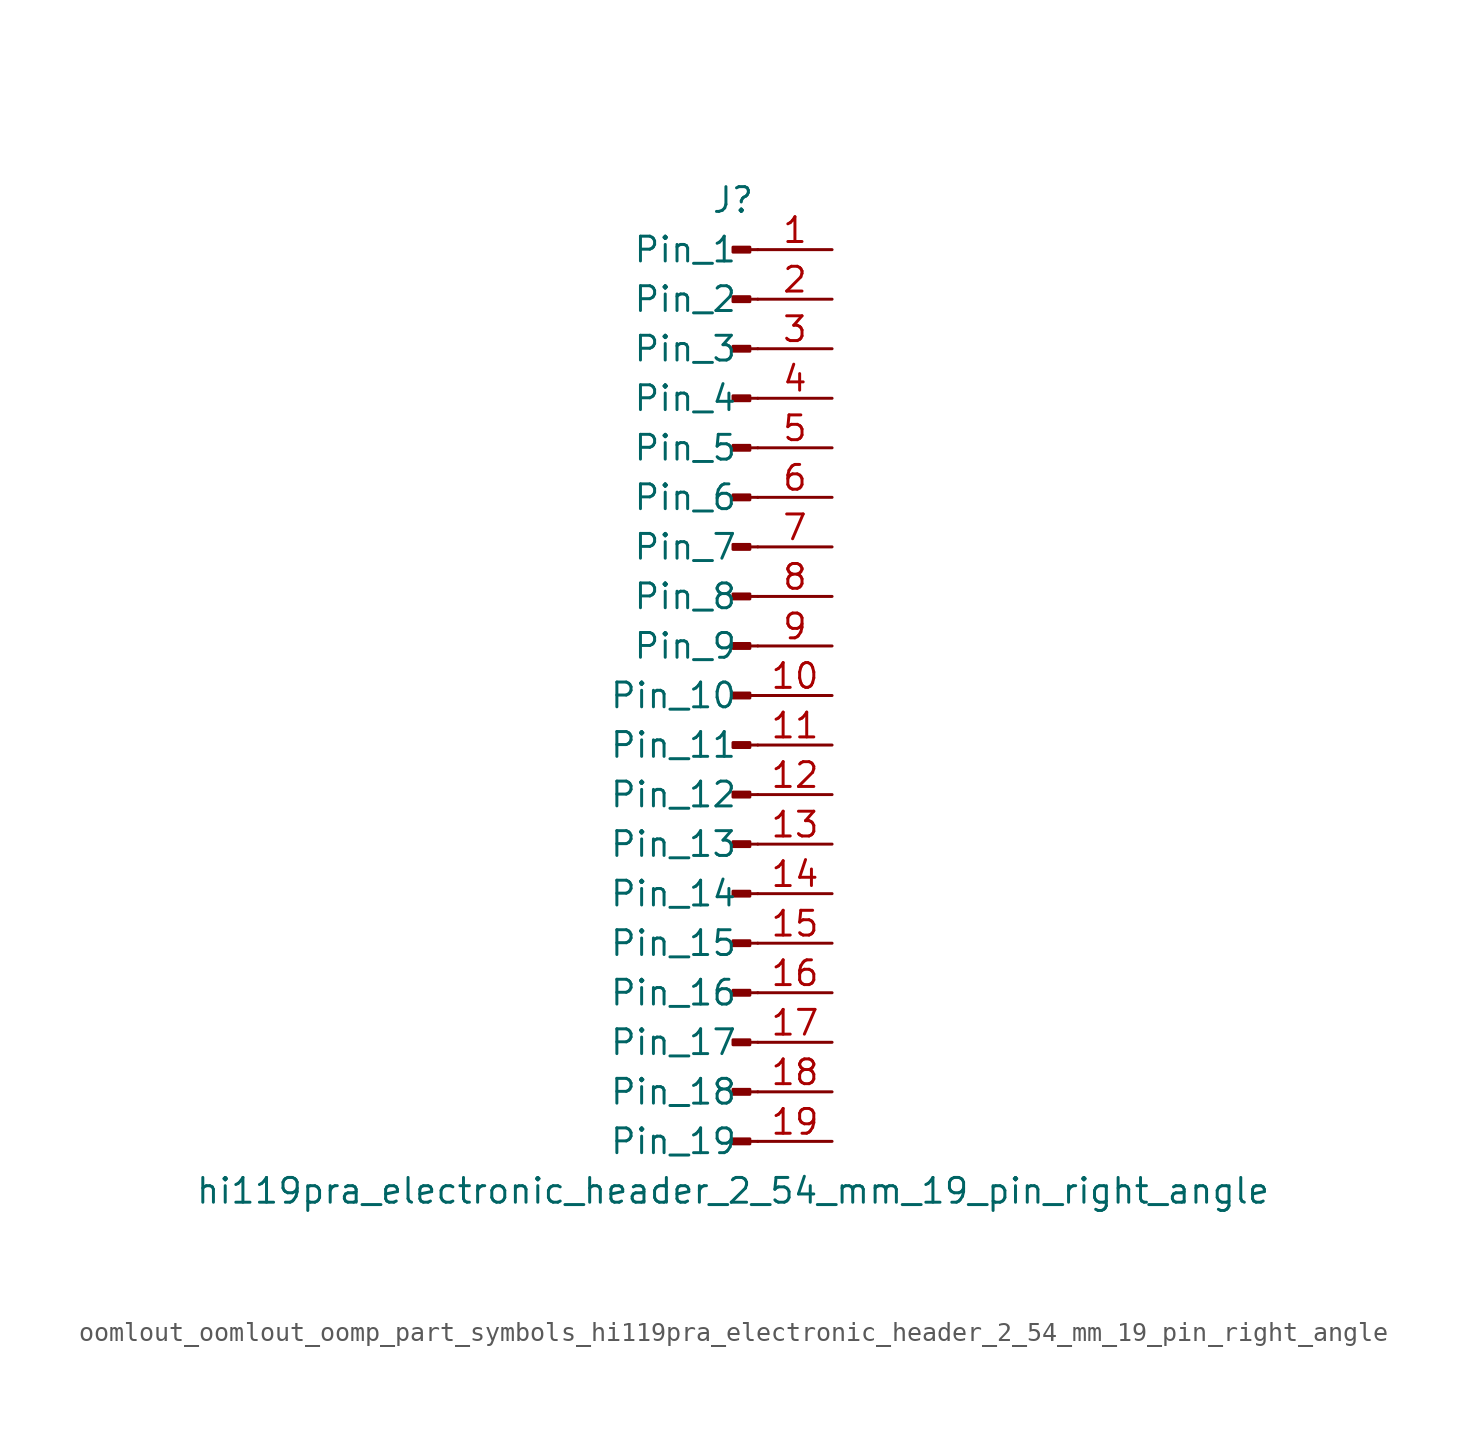
<source format=kicad_sym>
(kicad_symbol_lib
  (version 20220914)
  (generator kicad_symbol_editor)
  (symbol "oomlout_oomlout_oomp_part_symbols_hi119pra_electronic_header_2_54_mm_19_pin_right_angle"
    (pin_names
      (offset 1.016))
    (property "Reference" "J"
      (at 0 25.4 0)
      (effects (font (size 1.27 1.27))))
    (property "Value" "hi119pra_electronic_header_2_54_mm_19_pin_right_angle"
      (at 0 -25.4 0)
      (effects (font (size 1.27 1.27))))
    (property "ki_locked" ""
      (at 0 0 0)
      (effects (font (size 1.27 1.27))))
    (symbol "oomlout_oomlout_oomp_part_symbols_hi119pra_electronic_header_2_54_mm_19_pin_right_angle_1_1"
      (polyline (pts (xy 1.27 -22.86) (xy 0.864 -22.86)) (stroke (width 0.152) (type default)) (fill (type none)))
      (polyline (pts (xy 1.27 -20.32) (xy 0.864 -20.32)) (stroke (width 0.152) (type default)) (fill (type none)))
      (polyline (pts (xy 1.27 -17.78) (xy 0.864 -17.78)) (stroke (width 0.152) (type default)) (fill (type none)))
      (polyline (pts (xy 1.27 -15.24) (xy 0.864 -15.24)) (stroke (width 0.152) (type default)) (fill (type none)))
      (polyline (pts (xy 1.27 -12.7) (xy 0.864 -12.7)) (stroke (width 0.152) (type default)) (fill (type none)))
      (polyline (pts (xy 1.27 -10.16) (xy 0.864 -10.16)) (stroke (width 0.152) (type default)) (fill (type none)))
      (polyline (pts (xy 1.27 -7.62) (xy 0.864 -7.62)) (stroke (width 0.152) (type default)) (fill (type none)))
      (polyline (pts (xy 1.27 -5.08) (xy 0.864 -5.08)) (stroke (width 0.152) (type default)) (fill (type none)))
      (polyline (pts (xy 1.27 -2.54) (xy 0.864 -2.54)) (stroke (width 0.152) (type default)) (fill (type none)))
      (polyline (pts (xy 1.27 0) (xy 0.864 0)) (stroke (width 0.152) (type default)) (fill (type none)))
      (polyline (pts (xy 1.27 2.54) (xy 0.864 2.54)) (stroke (width 0.152) (type default)) (fill (type none)))
      (polyline (pts (xy 1.27 5.08) (xy 0.864 5.08)) (stroke (width 0.152) (type default)) (fill (type none)))
      (polyline (pts (xy 1.27 7.62) (xy 0.864 7.62)) (stroke (width 0.152) (type default)) (fill (type none)))
      (polyline (pts (xy 1.27 10.16) (xy 0.864 10.16)) (stroke (width 0.152) (type default)) (fill (type none)))
      (polyline (pts (xy 1.27 12.7) (xy 0.864 12.7)) (stroke (width 0.152) (type default)) (fill (type none)))
      (polyline (pts (xy 1.27 15.24) (xy 0.864 15.24)) (stroke (width 0.152) (type default)) (fill (type none)))
      (polyline (pts (xy 1.27 17.78) (xy 0.864 17.78)) (stroke (width 0.152) (type default)) (fill (type none)))
      (polyline (pts (xy 1.27 20.32) (xy 0.864 20.32)) (stroke (width 0.152) (type default)) (fill (type none)))
      (polyline (pts (xy 1.27 22.86) (xy 0.864 22.86)) (stroke (width 0.152) (type default)) (fill (type none)))
      (rectangle (start 0.864 -22.733) (end 0 -22.987) (stroke (width 0.152) (type default)) (fill (type outline)))
      (rectangle (start 0.864 -20.193) (end 0 -20.447) (stroke (width 0.152) (type default)) (fill (type outline)))
      (rectangle (start 0.864 -17.653) (end 0 -17.907) (stroke (width 0.152) (type default)) (fill (type outline)))
      (rectangle (start 0.864 -15.113) (end 0 -15.367) (stroke (width 0.152) (type default)) (fill (type outline)))
      (rectangle (start 0.864 -12.573) (end 0 -12.827) (stroke (width 0.152) (type default)) (fill (type outline)))
      (rectangle (start 0.864 -10.033) (end 0 -10.287) (stroke (width 0.152) (type default)) (fill (type outline)))
      (rectangle (start 0.864 -7.493) (end 0 -7.747) (stroke (width 0.152) (type default)) (fill (type outline)))
      (rectangle (start 0.864 -4.953) (end 0 -5.207) (stroke (width 0.152) (type default)) (fill (type outline)))
      (rectangle (start 0.864 -2.413) (end 0 -2.667) (stroke (width 0.152) (type default)) (fill (type outline)))
      (rectangle (start 0.864 0.127) (end 0 -0.127) (stroke (width 0.152) (type default)) (fill (type outline)))
      (rectangle (start 0.864 2.667) (end 0 2.413) (stroke (width 0.152) (type default)) (fill (type outline)))
      (rectangle (start 0.864 5.207) (end 0 4.953) (stroke (width 0.152) (type default)) (fill (type outline)))
      (rectangle (start 0.864 7.747) (end 0 7.493) (stroke (width 0.152) (type default)) (fill (type outline)))
      (rectangle (start 0.864 10.287) (end 0 10.033) (stroke (width 0.152) (type default)) (fill (type outline)))
      (rectangle (start 0.864 12.827) (end 0 12.573) (stroke (width 0.152) (type default)) (fill (type outline)))
      (rectangle (start 0.864 15.367) (end 0 15.113) (stroke (width 0.152) (type default)) (fill (type outline)))
      (rectangle (start 0.864 17.907) (end 0 17.653) (stroke (width 0.152) (type default)) (fill (type outline)))
      (rectangle (start 0.864 20.447) (end 0 20.193) (stroke (width 0.152) (type default)) (fill (type outline)))
      (rectangle (start 0.864 22.987) (end 0 22.733) (stroke (width 0.152) (type default)) (fill (type outline)))
      (pin passive line (at 5.08 22.86 180) (length 3.81) (name "Pin_1" (effects (font (size 1.27 1.27)))) (number "1" (effects (font (size 1.27 1.27)))))
      (pin passive line (at 5.08 0 180) (length 3.81) (name "Pin_10" (effects (font (size 1.27 1.27)))) (number "10" (effects (font (size 1.27 1.27)))))
      (pin passive line (at 5.08 -2.54 180) (length 3.81) (name "Pin_11" (effects (font (size 1.27 1.27)))) (number "11" (effects (font (size 1.27 1.27)))))
      (pin passive line (at 5.08 -5.08 180) (length 3.81) (name "Pin_12" (effects (font (size 1.27 1.27)))) (number "12" (effects (font (size 1.27 1.27)))))
      (pin passive line (at 5.08 -7.62 180) (length 3.81) (name "Pin_13" (effects (font (size 1.27 1.27)))) (number "13" (effects (font (size 1.27 1.27)))))
      (pin passive line (at 5.08 -10.16 180) (length 3.81) (name "Pin_14" (effects (font (size 1.27 1.27)))) (number "14" (effects (font (size 1.27 1.27)))))
      (pin passive line (at 5.08 -12.7 180) (length 3.81) (name "Pin_15" (effects (font (size 1.27 1.27)))) (number "15" (effects (font (size 1.27 1.27)))))
      (pin passive line (at 5.08 -15.24 180) (length 3.81) (name "Pin_16" (effects (font (size 1.27 1.27)))) (number "16" (effects (font (size 1.27 1.27)))))
      (pin passive line (at 5.08 -17.78 180) (length 3.81) (name "Pin_17" (effects (font (size 1.27 1.27)))) (number "17" (effects (font (size 1.27 1.27)))))
      (pin passive line (at 5.08 -20.32 180) (length 3.81) (name "Pin_18" (effects (font (size 1.27 1.27)))) (number "18" (effects (font (size 1.27 1.27)))))
      (pin passive line (at 5.08 -22.86 180) (length 3.81) (name "Pin_19" (effects (font (size 1.27 1.27)))) (number "19" (effects (font (size 1.27 1.27)))))
      (pin passive line (at 5.08 20.32 180) (length 3.81) (name "Pin_2" (effects (font (size 1.27 1.27)))) (number "2" (effects (font (size 1.27 1.27)))))
      (pin passive line (at 5.08 17.78 180) (length 3.81) (name "Pin_3" (effects (font (size 1.27 1.27)))) (number "3" (effects (font (size 1.27 1.27)))))
      (pin passive line (at 5.08 15.24 180) (length 3.81) (name "Pin_4" (effects (font (size 1.27 1.27)))) (number "4" (effects (font (size 1.27 1.27)))))
      (pin passive line (at 5.08 12.7 180) (length 3.81) (name "Pin_5" (effects (font (size 1.27 1.27)))) (number "5" (effects (font (size 1.27 1.27)))))
      (pin passive line (at 5.08 10.16 180) (length 3.81) (name "Pin_6" (effects (font (size 1.27 1.27)))) (number "6" (effects (font (size 1.27 1.27)))))
      (pin passive line (at 5.08 7.62 180) (length 3.81) (name "Pin_7" (effects (font (size 1.27 1.27)))) (number "7" (effects (font (size 1.27 1.27)))))
      (pin passive line (at 5.08 5.08 180) (length 3.81) (name "Pin_8" (effects (font (size 1.27 1.27)))) (number "8" (effects (font (size 1.27 1.27)))))
      (pin passive line (at 5.08 2.54 180) (length 3.81) (name "Pin_9" (effects (font (size 1.27 1.27)))) (number "9" (effects (font (size 1.27 1.27))))))))
</source>
